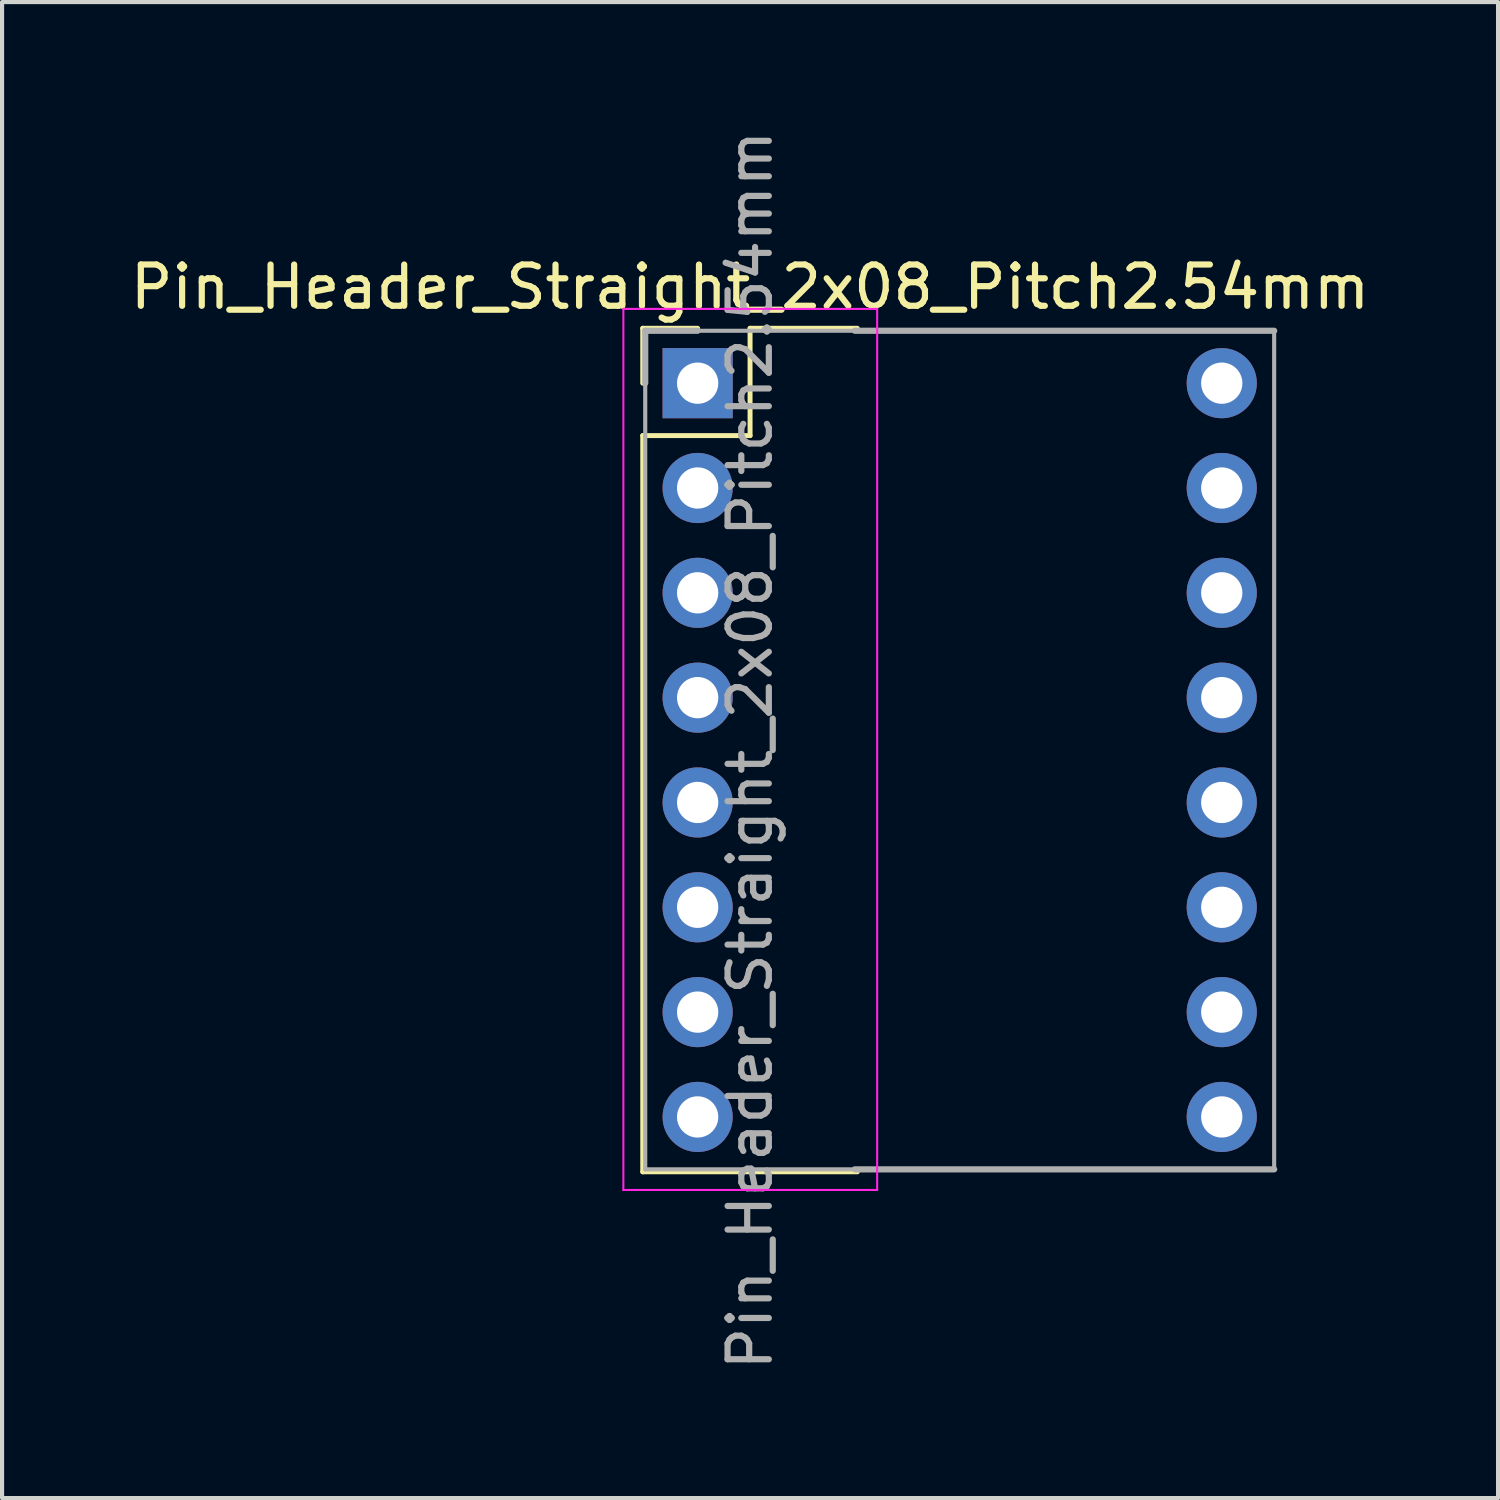
<source format=kicad_pcb>
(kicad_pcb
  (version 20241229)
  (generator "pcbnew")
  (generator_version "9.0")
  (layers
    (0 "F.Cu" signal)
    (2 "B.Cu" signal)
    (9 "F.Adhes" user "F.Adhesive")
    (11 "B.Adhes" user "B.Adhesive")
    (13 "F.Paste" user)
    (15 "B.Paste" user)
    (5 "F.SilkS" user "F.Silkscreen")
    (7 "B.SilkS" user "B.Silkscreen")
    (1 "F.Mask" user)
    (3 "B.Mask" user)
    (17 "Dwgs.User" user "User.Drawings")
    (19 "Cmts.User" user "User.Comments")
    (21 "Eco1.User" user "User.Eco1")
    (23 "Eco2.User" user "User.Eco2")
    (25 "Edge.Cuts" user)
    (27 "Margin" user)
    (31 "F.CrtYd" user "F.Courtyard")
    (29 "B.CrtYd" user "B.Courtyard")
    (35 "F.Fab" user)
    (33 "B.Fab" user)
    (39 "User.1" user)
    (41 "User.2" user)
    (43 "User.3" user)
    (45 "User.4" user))
  (footprint "Pin_Header_Straight_2x08_Pitch2.54mm"
    (layer "F.Cu")
    (at 13.855 6.235)
    (property "Reference" "Pin_Header_Straight_2x08_Pitch2.54mm" (at 1.27 -2.33 0) (layer "F.SilkS") (effects (font (size 1 1) (thickness 0.15))))
    (attr through_hole)
    (fp_line (start -1.33 -1.33) (end 0 -1.33) (stroke (width 0.12) (type solid)) (layer "F.SilkS"))
    (fp_line (start -1.33 0) (end -1.33 -1.33) (stroke (width 0.12) (type solid)) (layer "F.SilkS"))
    (fp_line (start -1.33 1.27) (end -1.33 19.11) (stroke (width 0.12) (type solid)) (layer "F.SilkS"))
    (fp_line (start -1.33 1.27) (end 1.27 1.27) (stroke (width 0.12) (type solid)) (layer "F.SilkS"))
    (fp_line (start -1.33 19.11) (end 3.87 19.11) (stroke (width 0.12) (type solid)) (layer "F.SilkS"))
    (fp_line (start 1.27 -1.33) (end 3.87 -1.33) (stroke (width 0.12) (type solid)) (layer "F.SilkS"))
    (fp_line (start 1.27 1.27) (end 1.27 -1.33) (stroke (width 0.12) (type solid)) (layer "F.SilkS"))
    (fp_line (start -1.8 -1.8) (end -1.8 19.55) (stroke (width 0.05) (type solid)) (layer "F.CrtYd"))
    (fp_line (start -1.8 19.55) (end 4.35 19.55) (stroke (width 0.05) (type solid)) (layer "F.CrtYd"))
    (fp_line (start 4.35 -1.8) (end -1.8 -1.8) (stroke (width 0.05) (type solid)) (layer "F.CrtYd"))
    (fp_line (start 4.35 19.55) (end 4.35 -1.8) (stroke (width 0.05) (type solid)) (layer "F.CrtYd"))
    (fp_line (start -1.27 -1.27) (end 0 -1.27) (stroke (width 0.15) (type solid)) (layer "F.Fab"))
    (fp_line (start -1.27 0) (end -1.27 -1.27) (stroke (width 0.15) (type solid)) (layer "F.Fab"))
    (fp_line (start -1.27 19.05) (end -1.27 0) (stroke (width 0.1) (type solid)) (layer "F.Fab"))
    (fp_line (start 0 -1.27) (end 3.81 -1.27) (stroke (width 0.1) (type solid)) (layer "F.Fab"))
    (fp_line (start 3.81 -1.27) (end 13.97 -1.27) (stroke (width 0.15) (type solid)) (layer "F.Fab"))
    (fp_line (start 3.81 19.05) (end -1.27 19.05) (stroke (width 0.1) (type solid)) (layer "F.Fab"))
    (fp_line (start 3.81 19.05) (end 13.97 19.05) (stroke (width 0.15) (type solid)) (layer "F.Fab"))
    (fp_line (start 13.97 -1.27) (end 13.97 19.05) (stroke (width 0.1) (type solid)) (layer "F.Fab"))
    (fp_text user "${REFERENCE}" (at 1.27 8.89 90) (layer "F.Fab") (effects (font (size 1 1) (thickness 0.15))))
    (pad "1" thru_hole rect (at 0 0) (size 1.7 1.7) (drill 1) (layers "*.Cu" "*.Mask"))
    (pad "2" thru_hole oval (at 12.7 0) (size 1.7 1.7) (drill 1) (layers "*.Cu" "*.Mask"))
    (pad "3" thru_hole oval (at 0 2.54) (size 1.7 1.7) (drill 1) (layers "*.Cu" "*.Mask"))
    (pad "4" thru_hole oval (at 12.7 2.54) (size 1.7 1.7) (drill 1) (layers "*.Cu" "*.Mask"))
    (pad "5" thru_hole oval (at 0 5.08) (size 1.7 1.7) (drill 1) (layers "*.Cu" "*.Mask"))
    (pad "6" thru_hole oval (at 12.7 5.08) (size 1.7 1.7) (drill 1) (layers "*.Cu" "*.Mask"))
    (pad "7" thru_hole oval (at 0 7.62) (size 1.7 1.7) (drill 1) (layers "*.Cu" "*.Mask"))
    (pad "8" thru_hole oval (at 12.7 7.62) (size 1.7 1.7) (drill 1) (layers "*.Cu" "*.Mask"))
    (pad "9" thru_hole oval (at 0 10.16) (size 1.7 1.7) (drill 1) (layers "*.Cu" "*.Mask"))
    (pad "10" thru_hole oval (at 12.7 10.16) (size 1.7 1.7) (drill 1) (layers "*.Cu" "*.Mask"))
    (pad "11" thru_hole oval (at 0 12.7) (size 1.7 1.7) (drill 1) (layers "*.Cu" "*.Mask"))
    (pad "12" thru_hole oval (at 12.7 12.7) (size 1.7 1.7) (drill 1) (layers "*.Cu" "*.Mask"))
    (pad "13" thru_hole oval (at 0 15.24) (size 1.7 1.7) (drill 1) (layers "*.Cu" "*.Mask"))
    (pad "14" thru_hole oval (at 12.7 15.24) (size 1.7 1.7) (drill 1) (layers "*.Cu" "*.Mask"))
    (pad "15" thru_hole oval (at 0 17.78) (size 1.7 1.7) (drill 1) (layers "*.Cu" "*.Mask"))
    (pad "16" thru_hole oval (at 12.7 17.78) (size 1.7 1.7) (drill 1) (layers "*.Cu" "*.Mask")))
  (gr_rect
    (start -3 -3)
    (end 33.25 33.25)
    (stroke (width 0.1) (type default))
    (fill no)
    (layer "Edge.Cuts")))
</source>
